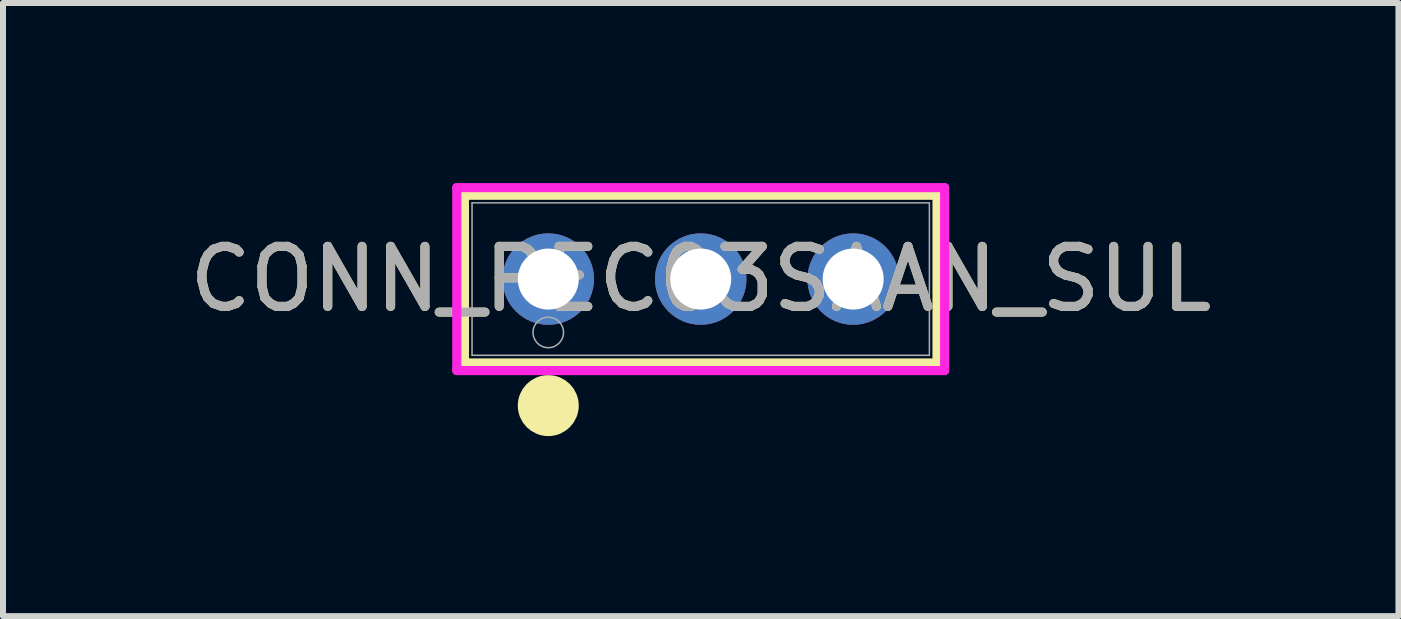
<source format=kicad_pcb>
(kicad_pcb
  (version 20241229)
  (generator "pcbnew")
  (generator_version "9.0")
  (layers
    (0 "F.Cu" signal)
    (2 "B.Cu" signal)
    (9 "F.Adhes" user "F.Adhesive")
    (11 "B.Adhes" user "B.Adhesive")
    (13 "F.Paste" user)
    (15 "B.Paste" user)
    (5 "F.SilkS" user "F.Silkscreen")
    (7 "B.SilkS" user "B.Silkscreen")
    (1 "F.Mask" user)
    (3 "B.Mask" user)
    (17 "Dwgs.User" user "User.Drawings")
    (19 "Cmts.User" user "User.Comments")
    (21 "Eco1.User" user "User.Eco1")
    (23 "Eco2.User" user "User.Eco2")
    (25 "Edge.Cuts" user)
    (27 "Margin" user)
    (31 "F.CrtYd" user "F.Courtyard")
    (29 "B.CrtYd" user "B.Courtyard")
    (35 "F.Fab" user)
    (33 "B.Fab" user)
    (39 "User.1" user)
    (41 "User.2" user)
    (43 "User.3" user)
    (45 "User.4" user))
  (footprint "CONN_PEC03SAAN_SUL"
    (layer "F.Cu")
    (at 6.085 1.6)
    (property "Reference" "CONN_PEC03SAAN_SUL" (at 2.54 0 0) (unlocked yes) (layer "F.SilkS") (effects (font (size 1 1) (thickness 0.15))))
    (attr through_hole)
    (fp_line (start -1.397 -1.397) (end -1.397 1.397) (stroke (width 0.152) (type solid)) (layer "F.SilkS"))
    (fp_line (start -1.397 1.397) (end 6.477 1.397) (stroke (width 0.152) (type solid)) (layer "F.SilkS"))
    (fp_line (start 6.477 -1.397) (end -1.397 -1.397) (stroke (width 0.152) (type solid)) (layer "F.SilkS"))
    (fp_line (start 6.477 1.397) (end 6.477 -1.397) (stroke (width 0.152) (type solid)) (layer "F.SilkS"))
    (fp_circle (center 0 2.108) (end 0.254 2.108) (stroke (width 0.508) (type solid)) (fill no) (layer "F.SilkS"))
    (fp_line (start -1.524 -1.524) (end -1.524 1.524) (stroke (width 0.152) (type solid)) (layer "F.CrtYd"))
    (fp_line (start -1.524 1.524) (end 6.604 1.524) (stroke (width 0.152) (type solid)) (layer "F.CrtYd"))
    (fp_line (start 6.604 -1.524) (end -1.524 -1.524) (stroke (width 0.152) (type solid)) (layer "F.CrtYd"))
    (fp_line (start 6.604 1.524) (end 6.604 -1.524) (stroke (width 0.152) (type solid)) (layer "F.CrtYd"))
    (fp_line (start -1.27 -1.27) (end -1.27 1.27) (stroke (width 0.025) (type solid)) (layer "F.Fab"))
    (fp_line (start -1.27 1.27) (end 6.35 1.27) (stroke (width 0.025) (type solid)) (layer "F.Fab"))
    (fp_line (start 6.35 -1.27) (end -1.27 -1.27) (stroke (width 0.025) (type solid)) (layer "F.Fab"))
    (fp_line (start 6.35 1.27) (end 6.35 -1.27) (stroke (width 0.025) (type solid)) (layer "F.Fab"))
    (fp_circle (center 0 0.889) (end 0.254 0.889) (stroke (width 0.025) (type solid)) (fill no) (layer "F.Fab"))
    (fp_text user "${REFERENCE}" (at 2.54 0 0) (unlocked yes) (layer "F.Fab") (effects (font (size 1 1) (thickness 0.15))))
    (pad "1" thru_hole circle (at 0 0) (size 1.524 1.524) (drill 1.016) (layers "*.Cu" "*.Mask"))
    (pad "2" thru_hole circle (at 2.54 0) (size 1.524 1.524) (drill 1.016) (layers "*.Cu" "*.Mask"))
    (pad "3" thru_hole circle (at 5.08 0) (size 1.524 1.524) (drill 1.016) (layers "*.Cu" "*.Mask")))
  (gr_rect
    (start -3 -3)
    (end 20.25 7.216)
    (stroke (width 0.1) (type default))
    (fill no)
    (layer "Edge.Cuts")))
</source>
